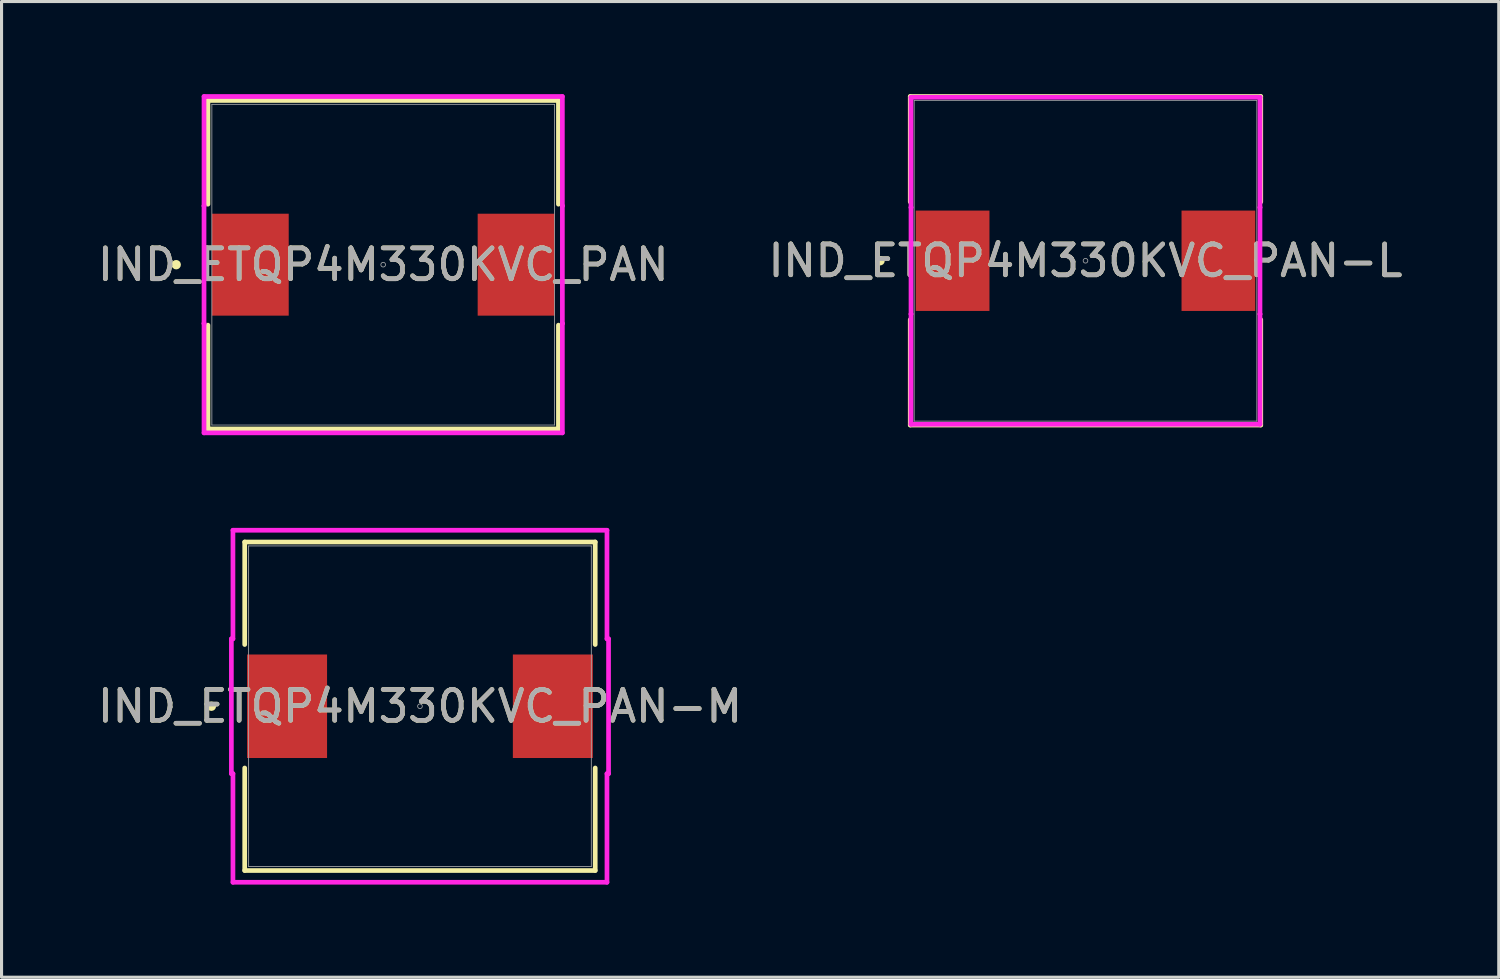
<source format=kicad_pcb>
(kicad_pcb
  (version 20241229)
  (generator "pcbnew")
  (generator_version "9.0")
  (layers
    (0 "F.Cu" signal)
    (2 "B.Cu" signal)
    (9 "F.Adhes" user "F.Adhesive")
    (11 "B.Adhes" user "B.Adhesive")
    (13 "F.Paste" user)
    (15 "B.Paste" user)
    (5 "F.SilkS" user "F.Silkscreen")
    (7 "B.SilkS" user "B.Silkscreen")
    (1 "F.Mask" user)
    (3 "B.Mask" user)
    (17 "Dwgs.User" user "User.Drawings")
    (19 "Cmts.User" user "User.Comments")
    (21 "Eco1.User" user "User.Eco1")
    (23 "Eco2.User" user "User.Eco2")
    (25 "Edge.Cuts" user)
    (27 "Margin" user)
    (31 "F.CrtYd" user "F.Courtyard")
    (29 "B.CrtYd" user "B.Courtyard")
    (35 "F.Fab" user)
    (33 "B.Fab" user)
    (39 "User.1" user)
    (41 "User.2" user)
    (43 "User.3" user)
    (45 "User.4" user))
  (footprint "IND_ETQP4M330KVC_PAN-L"
    (layer "F.Cu")
    (at 32.113 5.397)
    (property "Reference" "IND_ETQP4M330KVC_PAN-L" (at 0 0 0) (unlocked yes) (layer "F.SilkS") (effects (font (size 1 1) (thickness 0.15))))
    (attr smd)
    (fp_line (start -5.677 -5.321) (end -5.677 -1.907) (stroke (width 0.152) (type solid)) (layer "F.SilkS"))
    (fp_line (start -5.677 1.907) (end -5.677 5.321) (stroke (width 0.152) (type solid)) (layer "F.SilkS"))
    (fp_line (start -5.677 5.321) (end 5.677 5.321) (stroke (width 0.152) (type solid)) (layer "F.SilkS"))
    (fp_line (start 5.677 -5.321) (end -5.677 -5.321) (stroke (width 0.152) (type solid)) (layer "F.SilkS"))
    (fp_line (start 5.677 -1.907) (end 5.677 -5.321) (stroke (width 0.152) (type solid)) (layer "F.SilkS"))
    (fp_line (start 5.677 5.321) (end 5.677 1.907) (stroke (width 0.152) (type solid)) (layer "F.SilkS"))
    (fp_circle (center -6.655 0) (end -6.579 0) (stroke (width 0.152) (type solid)) (fill no) (layer "F.SilkS"))
    (fp_line (start -5.652 -5.296) (end 5.652 -5.296) (stroke (width 0.152) (type solid)) (layer "F.CrtYd"))
    (fp_line (start -5.652 -1.727) (end -5.652 -5.296) (stroke (width 0.152) (type solid)) (layer "F.CrtYd"))
    (fp_line (start -5.652 -1.727) (end -5.652 -1.727) (stroke (width 0.152) (type solid)) (layer "F.CrtYd"))
    (fp_line (start -5.652 1.727) (end -5.652 -1.727) (stroke (width 0.152) (type solid)) (layer "F.CrtYd"))
    (fp_line (start -5.652 1.727) (end -5.652 1.727) (stroke (width 0.152) (type solid)) (layer "F.CrtYd"))
    (fp_line (start -5.652 5.296) (end -5.652 1.727) (stroke (width 0.152) (type solid)) (layer "F.CrtYd"))
    (fp_line (start 5.652 -5.296) (end 5.652 -1.727) (stroke (width 0.152) (type solid)) (layer "F.CrtYd"))
    (fp_line (start 5.652 -1.727) (end 5.652 -1.727) (stroke (width 0.152) (type solid)) (layer "F.CrtYd"))
    (fp_line (start 5.652 -1.727) (end 5.652 1.727) (stroke (width 0.152) (type solid)) (layer "F.CrtYd"))
    (fp_line (start 5.652 1.727) (end 5.652 1.727) (stroke (width 0.152) (type solid)) (layer "F.CrtYd"))
    (fp_line (start 5.652 1.727) (end 5.652 5.296) (stroke (width 0.152) (type solid)) (layer "F.CrtYd"))
    (fp_line (start 5.652 5.296) (end -5.652 5.296) (stroke (width 0.152) (type solid)) (layer "F.CrtYd"))
    (fp_line (start -5.55 -5.194) (end -5.55 5.194) (stroke (width 0.025) (type solid)) (layer "F.Fab"))
    (fp_line (start -5.55 5.194) (end 5.55 5.194) (stroke (width 0.025) (type solid)) (layer "F.Fab"))
    (fp_line (start 5.55 -5.194) (end -5.55 -5.194) (stroke (width 0.025) (type solid)) (layer "F.Fab"))
    (fp_line (start 5.55 5.194) (end 5.55 -5.194) (stroke (width 0.025) (type solid)) (layer "F.Fab"))
    (fp_circle (center 0 0) (end 0.076 0) (stroke (width 0.025) (type solid)) (fill no) (layer "F.Fab"))
    (fp_text user "${REFERENCE}" (at 0 0 0) (unlocked yes) (layer "F.Fab") (effects (font (size 1 1) (thickness 0.15))))
    (pad "1" smd rect (at -4.305 0) (size 2.388 3.251) (layers "F.Cu" "F.Mask" "F.Paste"))
    (pad "2" smd rect (at 4.305 0) (size 2.388 3.251) (layers "F.Cu" "F.Mask" "F.Paste")))
  (footprint "IND_ETQP4M330KVC_PAN"
    (layer "F.Cu")
    (at 9.363 5.524)
    (property "Reference" "IND_ETQP4M330KVC_PAN" (at 0 0 0) (unlocked yes) (layer "F.SilkS") (effects (font (size 1 1) (thickness 0.15))))
    (attr smd)
    (fp_line (start -5.677 -5.321) (end -5.677 -1.959) (stroke (width 0.152) (type solid)) (layer "F.SilkS"))
    (fp_line (start -5.677 1.959) (end -5.677 5.321) (stroke (width 0.152) (type solid)) (layer "F.SilkS"))
    (fp_line (start -5.677 5.321) (end 5.677 5.321) (stroke (width 0.152) (type solid)) (layer "F.SilkS"))
    (fp_line (start 5.677 -5.321) (end -5.677 -5.321) (stroke (width 0.152) (type solid)) (layer "F.SilkS"))
    (fp_line (start 5.677 -1.959) (end 5.677 -5.321) (stroke (width 0.152) (type solid)) (layer "F.SilkS"))
    (fp_line (start 5.677 5.321) (end 5.677 1.959) (stroke (width 0.152) (type solid)) (layer "F.SilkS"))
    (fp_circle (center -6.706 0) (end -6.629 0) (stroke (width 0.152) (type solid)) (fill no) (layer "F.SilkS"))
    (fp_line (start -5.804 -5.448) (end 5.804 -5.448) (stroke (width 0.152) (type solid)) (layer "F.CrtYd"))
    (fp_line (start -5.804 -1.905) (end -5.804 -5.448) (stroke (width 0.152) (type solid)) (layer "F.CrtYd"))
    (fp_line (start -5.804 -1.905) (end -5.804 -1.905) (stroke (width 0.152) (type solid)) (layer "F.CrtYd"))
    (fp_line (start -5.804 1.905) (end -5.804 -1.905) (stroke (width 0.152) (type solid)) (layer "F.CrtYd"))
    (fp_line (start -5.804 1.905) (end -5.804 1.905) (stroke (width 0.152) (type solid)) (layer "F.CrtYd"))
    (fp_line (start -5.804 5.448) (end -5.804 1.905) (stroke (width 0.152) (type solid)) (layer "F.CrtYd"))
    (fp_line (start 5.804 -5.448) (end 5.804 -1.905) (stroke (width 0.152) (type solid)) (layer "F.CrtYd"))
    (fp_line (start 5.804 -1.905) (end 5.804 -1.905) (stroke (width 0.152) (type solid)) (layer "F.CrtYd"))
    (fp_line (start 5.804 -1.905) (end 5.804 1.905) (stroke (width 0.152) (type solid)) (layer "F.CrtYd"))
    (fp_line (start 5.804 1.905) (end 5.804 1.905) (stroke (width 0.152) (type solid)) (layer "F.CrtYd"))
    (fp_line (start 5.804 1.905) (end 5.804 5.448) (stroke (width 0.152) (type solid)) (layer "F.CrtYd"))
    (fp_line (start 5.804 5.448) (end -5.804 5.448) (stroke (width 0.152) (type solid)) (layer "F.CrtYd"))
    (fp_line (start -5.55 -5.194) (end -5.55 5.194) (stroke (width 0.025) (type solid)) (layer "F.Fab"))
    (fp_line (start -5.55 5.194) (end 5.55 5.194) (stroke (width 0.025) (type solid)) (layer "F.Fab"))
    (fp_line (start 5.55 -5.194) (end -5.55 -5.194) (stroke (width 0.025) (type solid)) (layer "F.Fab"))
    (fp_line (start 5.55 5.194) (end 5.55 -5.194) (stroke (width 0.025) (type solid)) (layer "F.Fab"))
    (fp_circle (center 0 0) (end 0.076 0) (stroke (width 0.025) (type solid)) (fill no) (layer "F.Fab"))
    (fp_text user "${REFERENCE}" (at 0 0 0) (unlocked yes) (layer "F.Fab") (effects (font (size 1 1) (thickness 0.15))))
    (pad "1" smd rect (at -4.305 0) (size 2.489 3.302) (layers "F.Cu" "F.Mask" "F.Paste"))
    (pad "2" smd rect (at 4.305 0) (size 2.489 3.302) (layers "F.Cu" "F.Mask" "F.Paste")))
  (footprint "IND_ETQP4M330KVC_PAN-M"
    (layer "F.Cu")
    (at 10.554 19.828)
    (property "Reference" "IND_ETQP4M330KVC_PAN-M" (at 0 0 0) (unlocked yes) (layer "F.SilkS") (effects (font (size 1 1) (thickness 0.15))))
    (attr smd)
    (fp_line (start -5.677 -5.321) (end -5.677 -2) (stroke (width 0.152) (type solid)) (layer "F.SilkS"))
    (fp_line (start -5.677 2) (end -5.677 5.321) (stroke (width 0.152) (type solid)) (layer "F.SilkS"))
    (fp_line (start -5.677 5.321) (end 5.677 5.321) (stroke (width 0.152) (type solid)) (layer "F.SilkS"))
    (fp_line (start 5.677 -5.321) (end -5.677 -5.321) (stroke (width 0.152) (type solid)) (layer "F.SilkS"))
    (fp_line (start 5.677 -2) (end 5.677 -5.321) (stroke (width 0.152) (type solid)) (layer "F.SilkS"))
    (fp_line (start 5.677 5.321) (end 5.677 2) (stroke (width 0.152) (type solid)) (layer "F.SilkS"))
    (fp_circle (center -6.756 0) (end -6.68 0) (stroke (width 0.152) (type solid)) (fill no) (layer "F.SilkS"))
    (fp_line (start -6.109 -2.184) (end -6.058 -2.184) (stroke (width 0.152) (type solid)) (layer "F.CrtYd"))
    (fp_line (start -6.109 2.184) (end -6.109 -2.184) (stroke (width 0.152) (type solid)) (layer "F.CrtYd"))
    (fp_line (start -6.109 2.184) (end -6.058 2.184) (stroke (width 0.152) (type solid)) (layer "F.CrtYd"))
    (fp_line (start -6.058 -5.702) (end 6.058 -5.702) (stroke (width 0.152) (type solid)) (layer "F.CrtYd"))
    (fp_line (start -6.058 -2.184) (end -6.058 -5.702) (stroke (width 0.152) (type solid)) (layer "F.CrtYd"))
    (fp_line (start -6.058 5.702) (end -6.058 2.184) (stroke (width 0.152) (type solid)) (layer "F.CrtYd"))
    (fp_line (start 6.058 -5.702) (end 6.058 -2.184) (stroke (width 0.152) (type solid)) (layer "F.CrtYd"))
    (fp_line (start 6.058 2.184) (end 6.058 5.702) (stroke (width 0.152) (type solid)) (layer "F.CrtYd"))
    (fp_line (start 6.058 5.702) (end -6.058 5.702) (stroke (width 0.152) (type solid)) (layer "F.CrtYd"))
    (fp_line (start 6.109 -2.184) (end 6.058 -2.184) (stroke (width 0.152) (type solid)) (layer "F.CrtYd"))
    (fp_line (start 6.109 -2.184) (end 6.109 2.184) (stroke (width 0.152) (type solid)) (layer "F.CrtYd"))
    (fp_line (start 6.109 2.184) (end 6.058 2.184) (stroke (width 0.152) (type solid)) (layer "F.CrtYd"))
    (fp_line (start -5.55 -5.194) (end -5.55 5.194) (stroke (width 0.025) (type solid)) (layer "F.Fab"))
    (fp_line (start -5.55 5.194) (end 5.55 5.194) (stroke (width 0.025) (type solid)) (layer "F.Fab"))
    (fp_line (start 5.55 -5.194) (end -5.55 -5.194) (stroke (width 0.025) (type solid)) (layer "F.Fab"))
    (fp_line (start 5.55 5.194) (end 5.55 -5.194) (stroke (width 0.025) (type solid)) (layer "F.Fab"))
    (fp_circle (center 0 0) (end 0.076 0) (stroke (width 0.025) (type solid)) (fill no) (layer "F.Fab"))
    (fp_text user "${REFERENCE}" (at 0 0 0) (unlocked yes) (layer "F.Fab") (effects (font (size 1 1) (thickness 0.15))))
    (pad "1" smd rect (at -4.305 0) (size 2.591 3.353) (layers "F.Cu" "F.Mask" "F.Paste"))
    (pad "2" smd rect (at 4.305 0) (size 2.591 3.353) (layers "F.Cu" "F.Mask" "F.Paste")))
  (gr_rect
    (start -3 -3)
    (end 45.5 28.606)
    (stroke (width 0.1) (type default))
    (fill no)
    (layer "Edge.Cuts")))
</source>
